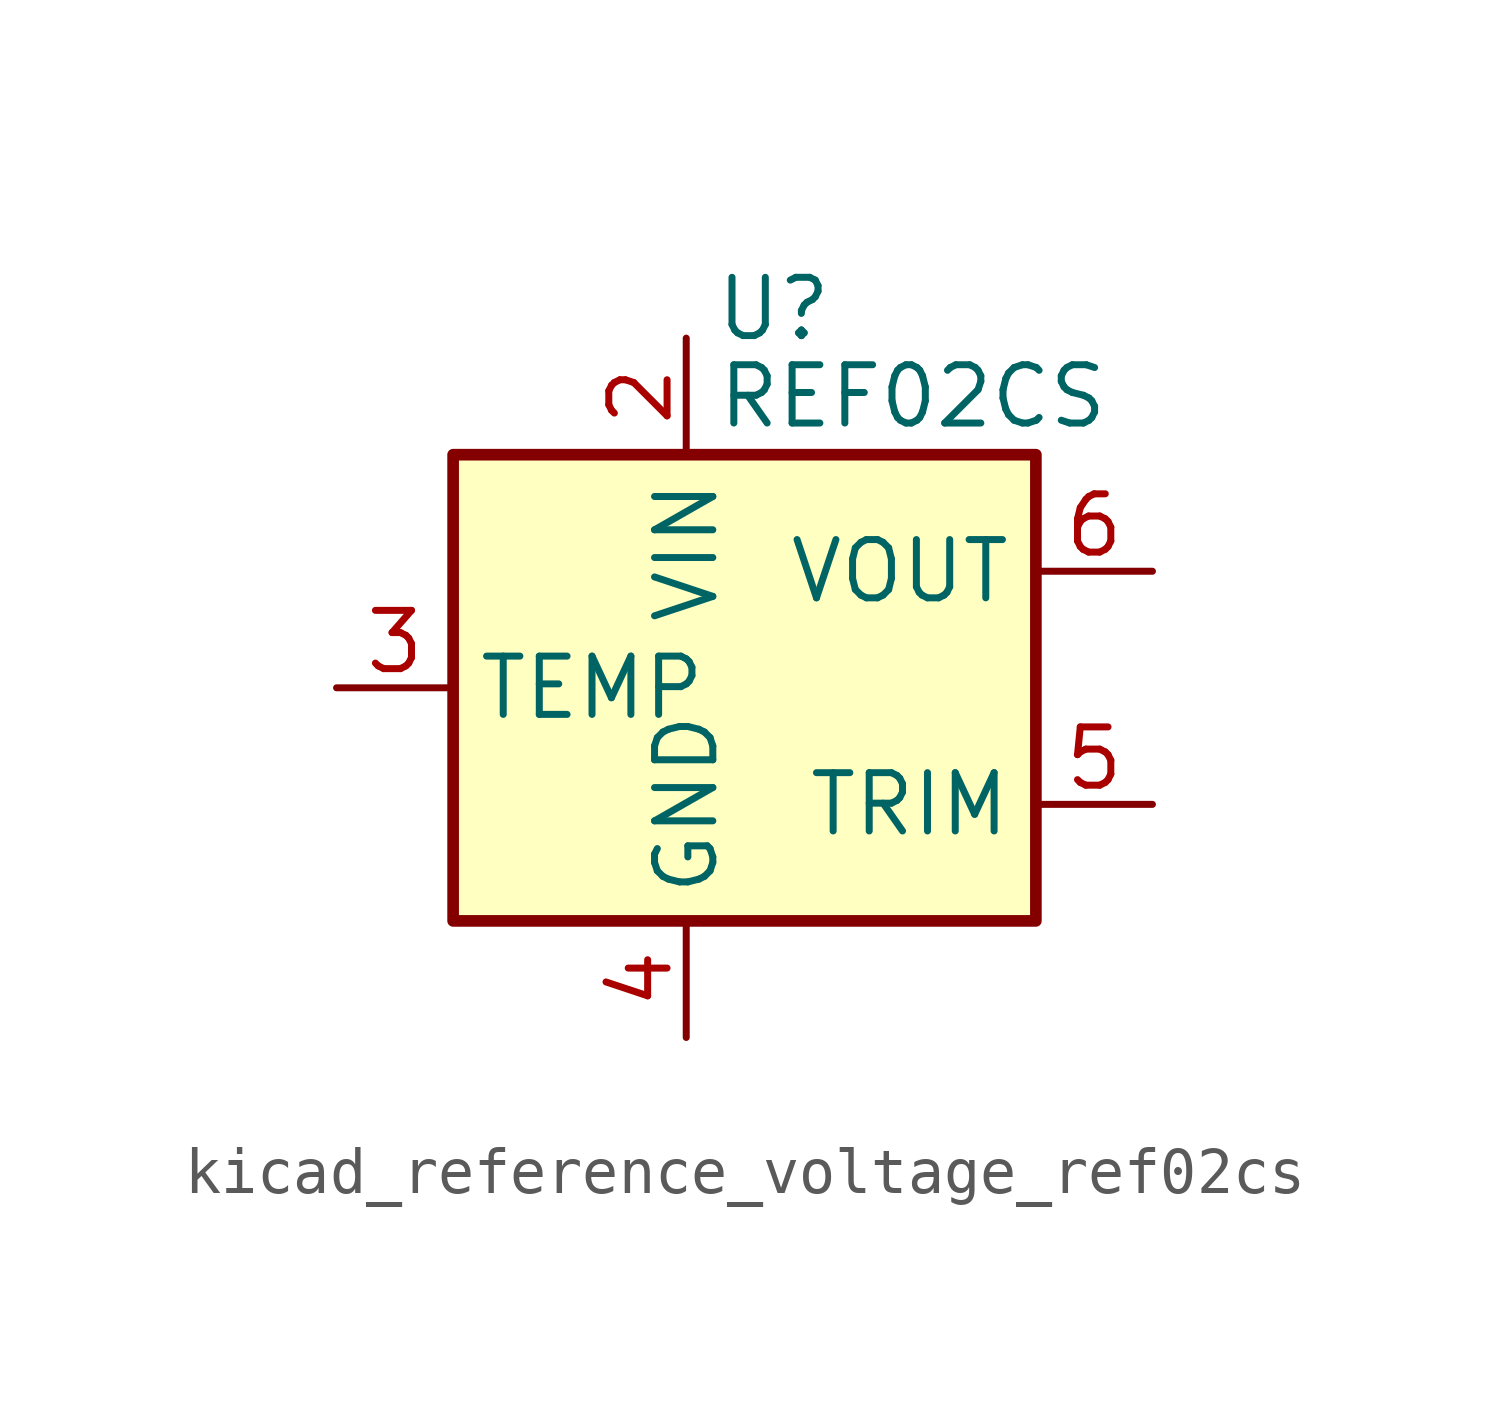
<source format=kicad_sym>
(kicad_symbol_lib
  (version 20220914)
  (generator kicad_symbol_editor)
  (symbol "kicad_reference_voltage_ref02cs"
    (property "Reference" "U"
      (at 1.905 8.255 0)
      (effects (font (size 1.27 1.27))))
    (property "Value" "REF02CS"
      (at 0.635 6.35 0)
      (effects (font (size 1.27 1.27)) (justify left)))
    (symbol "kicad_reference_voltage_ref02cs_0_1"
      (rectangle (start -5.08 5.08) (end 7.62 -5.08) (stroke (width 0.254) (type default)) (fill (type background))))
    (symbol "kicad_reference_voltage_ref02cs_1_1"
      (pin no_connect line (at 2.54 -5.08 90) (length 2.54) hide (name "NC" (effects (font (size 1.27 1.27)))) (number "1" (effects (font (size 1.27 1.27)))))
      (pin power_in line (at 0 7.62 270) (length 2.54) (name "VIN" (effects (font (size 1.27 1.27)))) (number "2" (effects (font (size 1.27 1.27)))))
      (pin passive line (at -7.62 0 0) (length 2.54) (name "TEMP" (effects (font (size 1.27 1.27)))) (number "3" (effects (font (size 1.27 1.27)))))
      (pin power_in line (at 0 -7.62 90) (length 2.54) (name "GND" (effects (font (size 1.27 1.27)))) (number "4" (effects (font (size 1.27 1.27)))))
      (pin passive line (at 10.16 -2.54 180) (length 2.54) (name "TRIM" (effects (font (size 1.27 1.27)))) (number "5" (effects (font (size 1.27 1.27)))))
      (pin power_out line (at 10.16 2.54 180) (length 2.54) (name "VOUT" (effects (font (size 1.27 1.27)))) (number "6" (effects (font (size 1.27 1.27)))))
      (pin no_connect line (at -2.54 -5.08 90) (length 2.54) hide (name "NC" (effects (font (size 1.27 1.27)))) (number "7" (effects (font (size 1.27 1.27)))))
      (pin no_connect line (at 7.62 0 180) (length 2.54) hide (name "NC" (effects (font (size 1.27 1.27)))) (number "8" (effects (font (size 1.27 1.27))))))))
</source>
